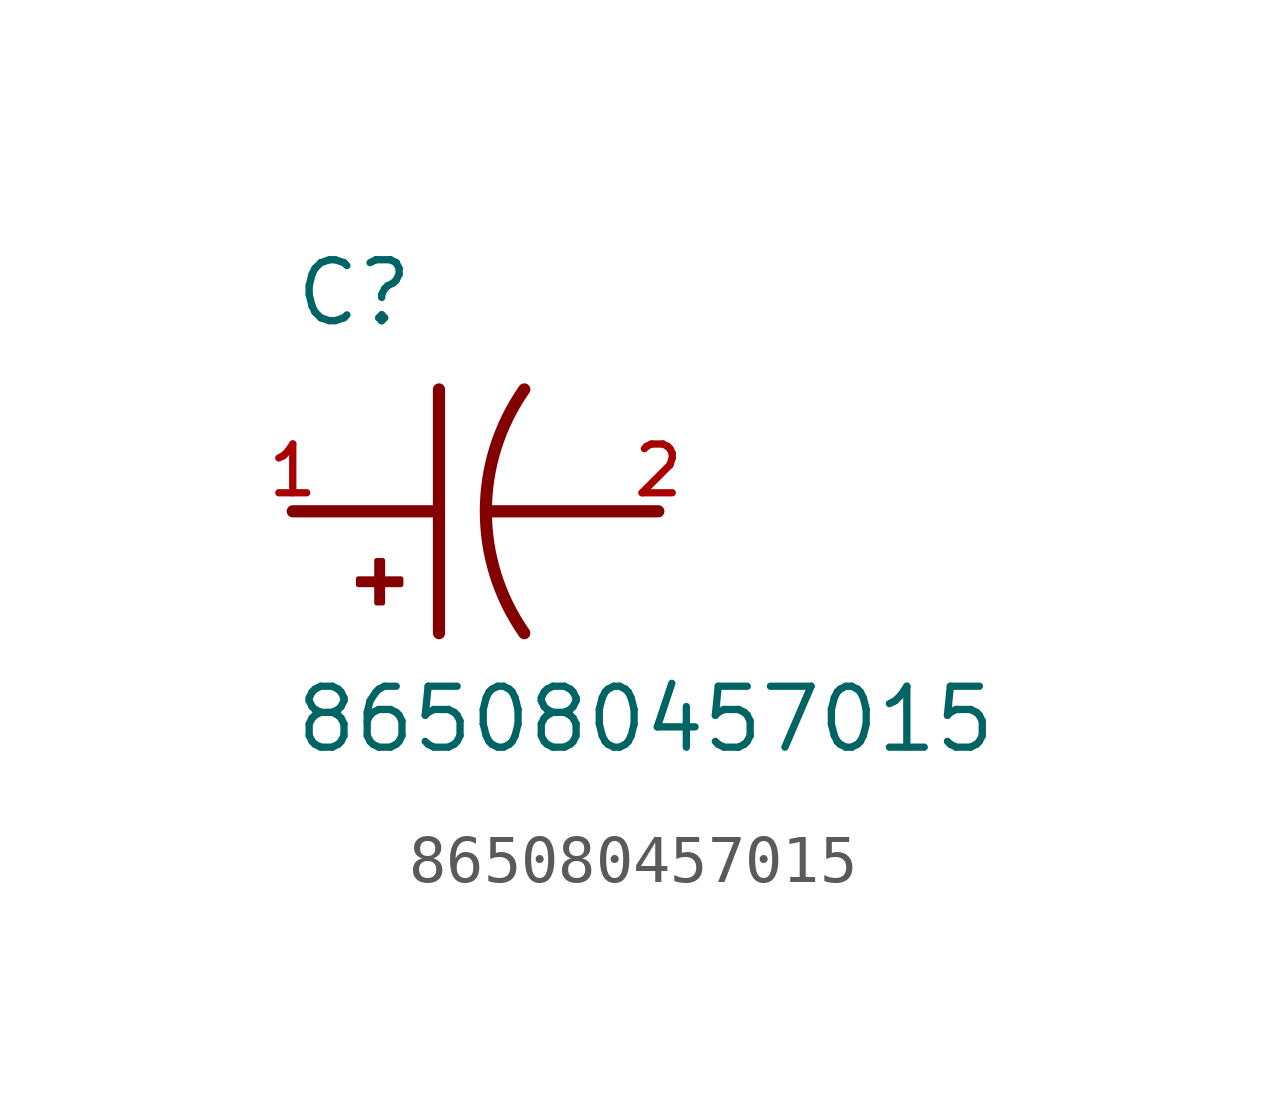
<source format=kicad_sym>
(kicad_symbol_lib
  (version 20211014)
  (generator kicad_symbol_editor)
  (symbol "865080457015"
    (pin_names
      (offset 1.016))
    (property "Reference" "C"
      (at -5.08 3.81 0)
      (effects (font (size 1.27 1.27)) (justify bottom left)))
    (property "Value" "865080457015"
      (at -5.08 -5.08 0)
      (effects (font (size 1.27 1.27)) (justify bottom left)))
    (symbol "865080457015_0_0"
      (arc (start -0.254 -2.54) (mid -1.0549 -0.0) (end -0.254 2.54) (stroke (width 0.254) (type default) (color 0 0 0 0)) (fill (type none)))
      (polyline (pts (xy -1.016 0.0) (xy 2.54 0.0)) (stroke (width 0.254)))
      (polyline (pts (xy -5.08 0.0) (xy -2.032 0.0)) (stroke (width 0.254)))
      (polyline (pts (xy -2.032 2.54) (xy -2.032 -2.54)) (stroke (width 0.254)))
      (rectangle (start -3.713 -1.532) (end -2.824 -1.405) (stroke (width 0.1)) (fill (type outline)))
      (rectangle (start -3.332 -1.913) (end -3.205 -1.024) (stroke (width 0.1)) (fill (type outline)))
      (pin passive line (at -5.08 0.0 0) (length 0) (name "~" (effects (font (size 1.016 1.016)))) (number "1" (effects (font (size 1.016 1.016)))))
      (pin passive line (at 2.54 0.0 180.0) (length 0) (name "~" (effects (font (size 1.016 1.016)))) (number "2" (effects (font (size 1.016 1.016))))))))
</source>
